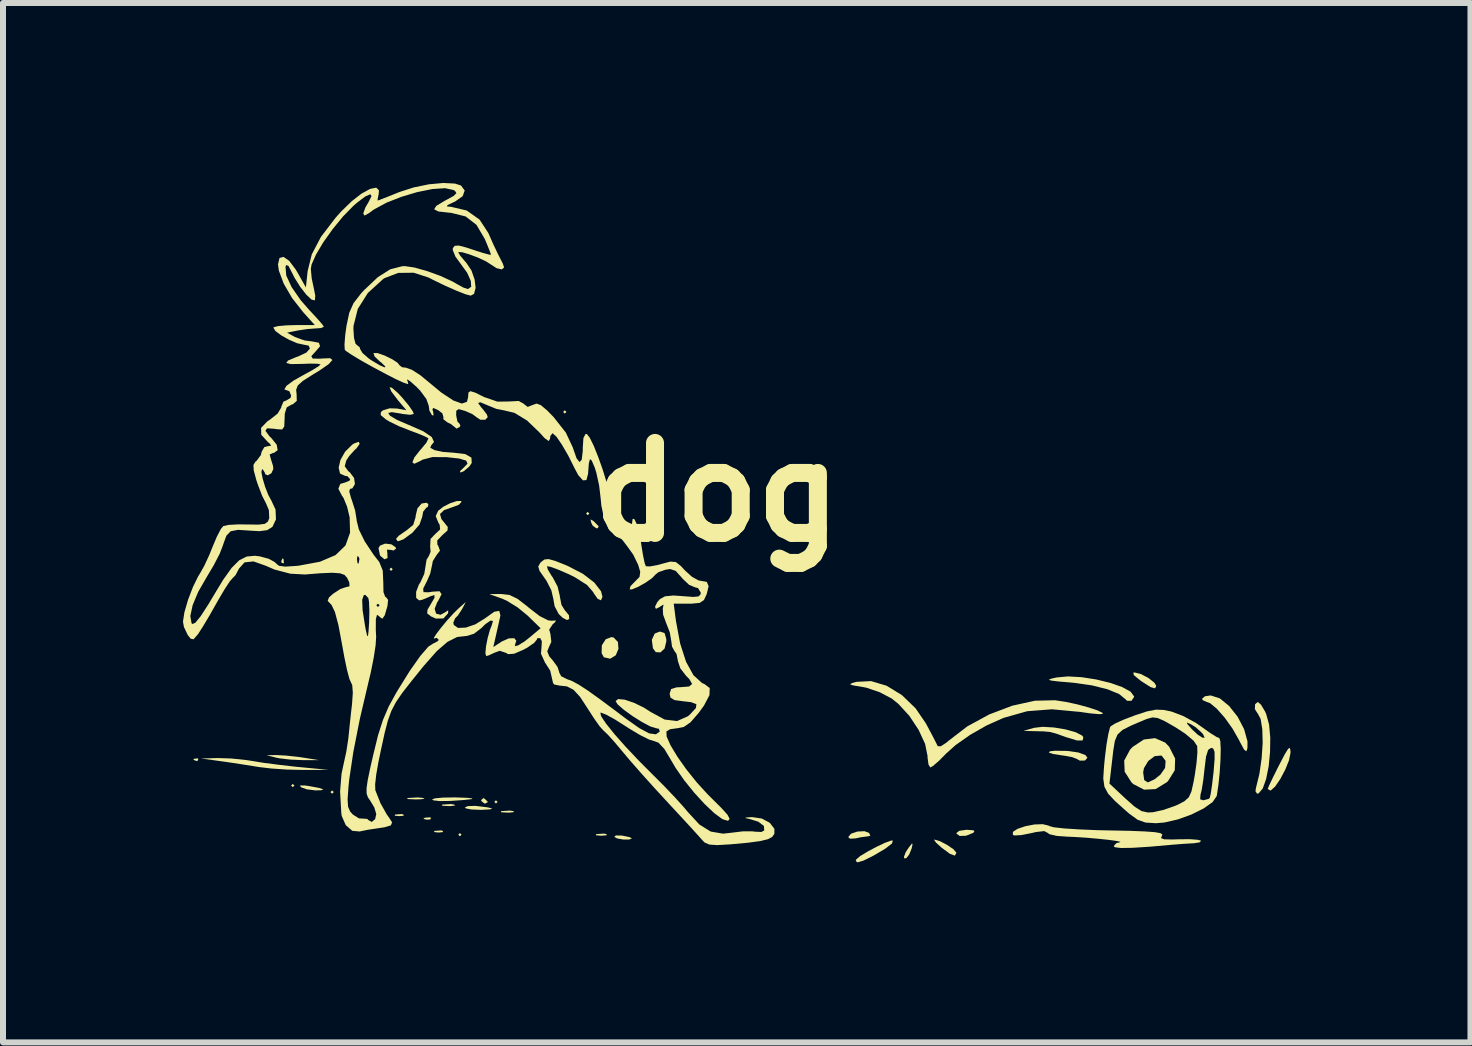
<source format=kicad_pcb>
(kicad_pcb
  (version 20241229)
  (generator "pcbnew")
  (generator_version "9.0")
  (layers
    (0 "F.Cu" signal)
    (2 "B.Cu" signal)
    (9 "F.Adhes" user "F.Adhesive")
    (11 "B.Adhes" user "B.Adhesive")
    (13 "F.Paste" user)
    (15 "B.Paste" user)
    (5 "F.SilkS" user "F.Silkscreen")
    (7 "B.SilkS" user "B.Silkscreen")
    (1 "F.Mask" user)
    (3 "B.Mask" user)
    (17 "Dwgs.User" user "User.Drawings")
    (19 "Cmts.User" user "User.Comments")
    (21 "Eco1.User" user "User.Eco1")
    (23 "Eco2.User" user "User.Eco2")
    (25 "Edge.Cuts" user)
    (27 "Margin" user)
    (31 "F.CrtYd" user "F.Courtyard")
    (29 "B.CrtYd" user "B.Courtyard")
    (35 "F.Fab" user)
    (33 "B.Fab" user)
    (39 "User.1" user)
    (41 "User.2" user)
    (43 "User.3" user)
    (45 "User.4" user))
  (footprint "dog"
    (layer "F.Cu")
    (at 8.904 5.155)
    (property "Reference" "dog" (at 0 0 0) (layer "F.SilkS") (effects (font (size 1.5 1.5) (thickness 0.3))))
    (attr board_only exclude_from_pos_files exclude_from_bom)
    (fp_poly (pts (xy -7.046 4.889) (xy -7.074 4.916) (xy -7.101 4.889) (xy -7.074 4.862)) (stroke (width 0) (type solid)) (fill yes) (layer "F.SilkS"))
    (fp_poly (pts (xy -6.391 4.998) (xy -6.418 5.025) (xy -6.446 4.998) (xy -6.418 4.971)) (stroke (width 0) (type solid)) (fill yes) (layer "F.SilkS"))
    (fp_poly (pts (xy -5.408 1.284) (xy -5.435 1.311) (xy -5.462 1.284) (xy -5.435 1.256)) (stroke (width 0) (type solid)) (fill yes) (layer "F.SilkS"))
    (fp_poly (pts (xy -4.261 5.708) (xy -4.288 5.735) (xy -4.315 5.708) (xy -4.288 5.681)) (stroke (width 0) (type solid)) (fill yes) (layer "F.SilkS"))
    (fp_poly (pts (xy -3.66 5.162) (xy -3.687 5.189) (xy -3.714 5.162) (xy -3.687 5.135)) (stroke (width 0) (type solid)) (fill yes) (layer "F.SilkS"))
    (fp_poly (pts (xy -2.513 -1.338) (xy -2.54 -1.311) (xy -2.567 -1.338) (xy -2.54 -1.366)) (stroke (width 0) (type solid)) (fill yes) (layer "F.SilkS"))
    (fp_poly (pts (xy -2.13 0.355) (xy -2.158 0.382) (xy -2.185 0.355) (xy -2.158 0.328)) (stroke (width 0) (type solid)) (fill yes) (layer "F.SilkS"))
    (fp_poly (pts (xy -8.649 4.443) (xy -8.656 4.475) (xy -8.685 4.479) (xy -8.73 4.459) (xy -8.722 4.443) (xy -8.657 4.436)) (stroke (width 0) (type solid)) (fill yes) (layer "F.SilkS"))
    (fp_poly (pts (xy -7.229 1.111) (xy -7.222 1.176) (xy -7.229 1.184) (xy -7.261 1.176) (xy -7.265 1.147) (xy -7.245 1.102)) (stroke (width 0) (type solid)) (fill yes) (layer "F.SilkS"))
    (fp_poly (pts (xy -5.23 5.372) (xy -5.223 5.392) (xy -5.298 5.399) (xy -5.376 5.391) (xy -5.367 5.372) (xy -5.255 5.364)) (stroke (width 0) (type solid)) (fill yes) (layer "F.SilkS"))
    (fp_poly (pts (xy -4.767 5.429) (xy -4.783 5.454) (xy -4.839 5.458) (xy -4.897 5.445) (xy -4.872 5.425) (xy -4.786 5.419)) (stroke (width 0) (type solid)) (fill yes) (layer "F.SilkS"))
    (fp_poly (pts (xy -4.575 5.645) (xy -4.568 5.665) (xy -4.643 5.672) (xy -4.721 5.664) (xy -4.711 5.645) (xy -4.599 5.637)) (stroke (width 0) (type solid)) (fill yes) (layer "F.SilkS"))
    (fp_poly (pts (xy -4.902 5.096) (xy -4.877 5.11) (xy -4.945 5.118) (xy -5.025 5.12) (xy -5.144 5.115) (xy -5.176 5.105) (xy -5.148 5.096) (xy -4.989 5.087)) (stroke (width 0) (type solid)) (fill yes) (layer "F.SilkS"))
    (fp_poly (pts (xy -4.384 5.206) (xy -4.367 5.222) (xy -4.442 5.231) (xy -4.479 5.231) (xy -4.579 5.226) (xy -4.59 5.211) (xy -4.575 5.206) (xy -4.436 5.198)) (stroke (width 0) (type solid)) (fill yes) (layer "F.SilkS"))
    (fp_poly (pts (xy -3.878 5.107) (xy -3.826 5.156) (xy -3.824 5.165) (xy -3.866 5.189) (xy -3.878 5.189) (xy -3.931 5.147) (xy -3.933 5.131) (xy -3.899 5.099)) (stroke (width 0) (type solid)) (fill yes) (layer "F.SilkS"))
    (fp_poly (pts (xy -3.4 5.315) (xy -3.383 5.331) (xy -3.459 5.34) (xy -3.496 5.34) (xy -3.595 5.335) (xy -3.607 5.321) (xy -3.592 5.315) (xy -3.453 5.307)) (stroke (width 0) (type solid)) (fill yes) (layer "F.SilkS"))
    (fp_poly (pts (xy -2.066 0.477) (xy -2.05 0.491) (xy -1.974 0.568) (xy -1.991 0.599) (xy -2.015 0.601) (xy -2.074 0.557) (xy -2.098 0.511) (xy -2.112 0.452)) (stroke (width 0) (type solid)) (fill yes) (layer "F.SilkS"))
    (fp_poly (pts (xy -1.843 5.7) (xy -1.841 5.718) (xy -1.926 5.725) (xy -1.939 5.725) (xy -2.024 5.717) (xy -2.016 5.7) (xy -2.006 5.698) (xy -1.887 5.69)) (stroke (width 0) (type solid)) (fill yes) (layer "F.SilkS"))
    (fp_poly (pts (xy -6.872 4.888) (xy -6.801 4.898) (xy -6.634 4.929) (xy -6.565 4.952) (xy -6.598 4.967) (xy -6.696 4.97) (xy -6.842 4.952) (xy -6.937 4.917) (xy -6.955 4.888)) (stroke (width 0) (type solid)) (fill yes) (layer "F.SilkS"))
    (fp_poly (pts (xy 3.256 5.875) (xy 3.241 5.941) (xy 3.201 6.039) (xy 3.152 6.101) (xy 3.118 6.102) (xy 3.114 6.077) (xy 3.143 6) (xy 3.193 5.923) (xy 3.25 5.852)) (stroke (width 0) (type solid)) (fill yes) (layer "F.SilkS"))
    (fp_poly (pts (xy -7.193 4.389) (xy -6.995 4.41) (xy -6.91 4.422) (xy -6.637 4.465) (xy -6.91 4.465) (xy -7.109 4.457) (xy -7.291 4.436) (xy -7.347 4.425) (xy -7.511 4.383) (xy -7.347 4.381)) (stroke (width 0) (type solid)) (fill yes) (layer "F.SilkS"))
    (fp_poly (pts (xy -1.725 2.422) (xy -1.654 2.496) (xy -1.645 2.61) (xy -1.69 2.718) (xy -1.782 2.775) (xy -1.889 2.751) (xy -1.926 2.682) (xy -1.922 2.552) (xy -1.858 2.451) (xy -1.761 2.414)) (stroke (width 0) (type solid)) (fill yes) (layer "F.SilkS"))
    (fp_poly (pts (xy -1.588 5.723) (xy -1.581 5.724) (xy -1.468 5.747) (xy -1.42 5.769) (xy -1.42 5.769) (xy -1.465 5.789) (xy -1.564 5.789) (xy -1.665 5.771) (xy -1.715 5.745) (xy -1.689 5.721)) (stroke (width 0) (type solid)) (fill yes) (layer "F.SilkS"))
    (fp_poly (pts (xy -0.876 2.348) (xy -0.848 2.445) (xy -0.847 2.485) (xy -0.876 2.605) (xy -0.946 2.67) (xy -1.023 2.665) (xy -1.07 2.602) (xy -1.089 2.459) (xy -1.04 2.355) (xy -0.955 2.322)) (stroke (width 0) (type solid)) (fill yes) (layer "F.SilkS"))
    (fp_poly (pts (xy 2.532 5.678) (xy 2.554 5.727) (xy 2.51 5.736) (xy 2.394 5.751) (xy 2.308 5.77) (xy 2.214 5.775) (xy 2.185 5.748) (xy 2.231 5.692) (xy 2.338 5.656) (xy 2.455 5.65)) (stroke (width 0) (type solid)) (fill yes) (layer "F.SilkS"))
    (fp_poly (pts (xy 4.275 5.635) (xy 4.287 5.66) (xy 4.261 5.681) (xy 4.148 5.726) (xy 4.042 5.729) (xy 3.989 5.69) (xy 3.988 5.681) (xy 4.035 5.644) (xy 4.152 5.627) (xy 4.165 5.627)) (stroke (width 0) (type solid)) (fill yes) (layer "F.SilkS"))
    (fp_poly (pts (xy -4.001 5.231) (xy -3.823 5.253) (xy -3.749 5.272) (xy -3.782 5.286) (xy -3.922 5.294) (xy -3.947 5.294) (xy -4.098 5.288) (xy -4.191 5.269) (xy -4.206 5.255) (xy -4.158 5.232) (xy -4.039 5.228)) (stroke (width 0) (type solid)) (fill yes) (layer "F.SilkS"))
    (fp_poly (pts (xy 3.713 5.816) (xy 3.832 5.878) (xy 3.938 5.95) (xy 3.987 6.007) (xy 3.988 6.01) (xy 3.963 6.057) (xy 3.883 6.029) (xy 3.742 5.925) (xy 3.649 5.841) (xy 3.616 5.794) (xy 3.622 5.79)) (stroke (width 0) (type solid)) (fill yes) (layer "F.SilkS"))
    (fp_poly (pts (xy 7.067 3.032) (xy 7.191 3.098) (xy 7.288 3.175) (xy 7.32 3.229) (xy 7.298 3.269) (xy 7.225 3.248) (xy 7.086 3.16) (xy 7.052 3.136) (xy 6.946 3.049) (xy 6.937 3.008) (xy 6.958 3.004)) (stroke (width 0) (type solid)) (fill yes) (layer "F.SilkS"))
    (fp_poly (pts (xy -4.356 5.087) (xy -4.162 5.094) (xy -4.077 5.104) (xy -4.097 5.116) (xy -4.223 5.13) (xy -4.454 5.146) (xy -4.466 5.146) (xy -4.626 5.148) (xy -4.73 5.136) (xy -4.752 5.121) (xy -4.702 5.102) (xy -4.57 5.09) (xy -4.383 5.087)) (stroke (width 0) (type solid)) (fill yes) (layer "F.SilkS"))
    (fp_poly (pts (xy 2.913 5.856) (xy 2.8 5.943) (xy 2.607 6.057) (xy 2.438 6.141) (xy 2.335 6.17) (xy 2.31 6.142) (xy 2.322 6.117) (xy 2.385 6.064) (xy 2.507 5.99) (xy 2.655 5.911) (xy 2.796 5.844) (xy 2.898 5.807) (xy 2.929 5.806)) (stroke (width 0) (type solid)) (fill yes) (layer "F.SilkS"))
    (fp_poly (pts (xy -5.428 0.869) (xy -5.359 0.918) (xy -5.353 0.941) (xy -5.394 0.971) (xy -5.441 0.961) (xy -5.504 0.957) (xy -5.498 1.008) (xy -5.494 1.097) (xy -5.545 1.118) (xy -5.614 1.061) (xy -5.621 1.048) (xy -5.645 0.932) (xy -5.619 0.889) (xy -5.533 0.856)) (stroke (width 0) (type solid)) (fill yes) (layer "F.SilkS"))
    (fp_poly (pts (xy 5.842 4.312) (xy 6.021 4.338) (xy 6.139 4.381) (xy 6.172 4.426) (xy 6.131 4.472) (xy 6.046 4.474) (xy 5.992 4.444) (xy 5.92 4.416) (xy 5.785 4.391) (xy 5.753 4.387) (xy 5.598 4.363) (xy 5.527 4.338) (xy 5.549 4.318) (xy 5.631 4.309)) (stroke (width 0) (type solid)) (fill yes) (layer "F.SilkS"))
    (fp_poly (pts (xy 5.613 3.921) (xy 5.807 3.953) (xy 5.975 4) (xy 6.084 4.056) (xy 6.104 4.083) (xy 6.093 4.137) (xy 5.999 4.138) (xy 5.818 4.083) (xy 5.79 4.073) (xy 5.646 4.022) (xy 5.548 3.996) (xy 5.44 3.986) (xy 5.312 3.983) (xy 5.107 3.978) (xy 5.282 3.927) (xy 5.427 3.91)) (stroke (width 0) (type solid)) (fill yes) (layer "F.SilkS"))
    (fp_poly (pts (xy 9.557 4.316) (xy 9.557 4.345) (xy 9.533 4.466) (xy 9.471 4.621) (xy 9.388 4.778) (xy 9.302 4.905) (xy 9.23 4.969) (xy 9.219 4.971) (xy 9.177 4.947) (xy 9.177 4.946) (xy 9.2 4.889) (xy 9.261 4.761) (xy 9.348 4.586) (xy 9.366 4.55) (xy 9.461 4.369) (xy 9.518 4.276) (xy 9.547 4.262)) (stroke (width 0) (type solid)) (fill yes) (layer "F.SilkS"))
    (fp_poly (pts (xy -8.1 4.438) (xy -7.85 4.464) (xy -7.753 4.479) (xy -7.556 4.511) (xy -7.298 4.544) (xy -7.028 4.575) (xy -6.965 4.581) (xy -6.473 4.628) (xy -6.91 4.629) (xy -7.169 4.623) (xy -7.432 4.605) (xy -7.643 4.58) (xy -7.647 4.579) (xy -7.883 4.541) (xy -8.147 4.501) (xy -8.275 4.483) (xy -8.603 4.438) (xy -8.326 4.431)) (stroke (width 0) (type solid)) (fill yes) (layer "F.SilkS"))
    (fp_poly (pts (xy 8.379 3.436) (xy 8.535 3.564) (xy 8.677 3.744) (xy 8.784 3.95) (xy 8.84 4.153) (xy 8.839 4.267) (xy 8.821 4.319) (xy 8.784 4.291) (xy 8.72 4.173) (xy 8.702 4.137) (xy 8.593 3.944) (xy 8.462 3.76) (xy 8.329 3.609) (xy 8.215 3.515) (xy 8.161 3.496) (xy 8.092 3.465) (xy 8.084 3.441) (xy 8.131 3.401) (xy 8.227 3.387)) (stroke (width 0) (type solid)) (fill yes) (layer "F.SilkS"))
    (fp_poly (pts (xy -4.813 0.197) (xy -4.822 0.244) (xy -4.848 0.258) (xy -4.901 0.325) (xy -4.916 0.409) (xy -4.96 0.536) (xy -5.075 0.67) (xy -5.084 0.678) (xy -5.231 0.786) (xy -5.324 0.818) (xy -5.353 0.778) (xy -5.31 0.727) (xy -5.205 0.654) (xy -5.189 0.644) (xy -5.066 0.545) (xy -5.026 0.414) (xy -5.025 0.391) (xy -4.996 0.269) (xy -4.926 0.188) (xy -4.845 0.175)) (stroke (width 0) (type solid)) (fill yes) (layer "F.SilkS"))
    (fp_poly (pts (xy 6.077 3.083) (xy 6.32 3.121) (xy 6.553 3.178) (xy 6.751 3.247) (xy 6.891 3.324) (xy 6.949 3.402) (xy 6.949 3.413) (xy 6.906 3.477) (xy 6.832 3.476) (xy 6.807 3.451) (xy 6.701 3.364) (xy 6.508 3.285) (xy 6.25 3.22) (xy 5.948 3.177) (xy 5.908 3.173) (xy 5.687 3.154) (xy 5.565 3.139) (xy 5.529 3.124) (xy 5.571 3.107) (xy 5.654 3.088) (xy 5.847 3.07)) (stroke (width 0) (type solid)) (fill yes) (layer "F.SilkS"))
    (fp_poly (pts (xy 9.065 3.541) (xy 9.133 3.655) (xy 9.153 3.701) (xy 9.2 3.873) (xy 9.22 4.092) (xy 9.216 4.332) (xy 9.193 4.569) (xy 9.151 4.779) (xy 9.095 4.937) (xy 9.026 5.019) (xy 9 5.025) (xy 8.973 4.983) (xy 8.981 4.93) (xy 9.039 4.693) (xy 9.076 4.434) (xy 9.093 4.178) (xy 9.087 3.951) (xy 9.059 3.778) (xy 9.009 3.685) (xy 9.006 3.683) (xy 8.963 3.615) (xy 8.967 3.533) (xy 9.012 3.496)) (stroke (width 0) (type solid)) (fill yes) (layer "F.SilkS"))
    (fp_poly (pts (xy 7.468 4.173) (xy 7.534 4.241) (xy 7.634 4.439) (xy 7.628 4.635) (xy 7.516 4.814) (xy 7.498 4.832) (xy 7.309 4.948) (xy 7.117 4.958) (xy 6.936 4.864) (xy 6.907 4.837) (xy 6.8 4.67) (xy 7.101 4.67) (xy 7.119 4.799) (xy 7.18 4.837) (xy 7.291 4.785) (xy 7.388 4.708) (xy 7.467 4.595) (xy 7.475 4.477) (xy 7.412 4.394) (xy 7.399 4.389) (xy 7.293 4.399) (xy 7.186 4.48) (xy 7.114 4.599) (xy 7.101 4.67) (xy 6.8 4.67) (xy 6.793 4.66) (xy 6.785 4.473) (xy 6.883 4.29) (xy 6.927 4.244) (xy 7.112 4.122) (xy 7.299 4.099)) (stroke (width 0) (type solid)) (fill yes) (layer "F.SilkS"))
    (fp_poly (pts (xy -2.699 1.145) (xy -2.52 1.216) (xy -2.486 1.231) (xy -2.237 1.36) (xy -2.048 1.505) (xy -1.935 1.651) (xy -1.912 1.743) (xy -1.936 1.801) (xy -1.992 1.777) (xy -2.058 1.682) (xy -2.066 1.665) (xy -2.169 1.546) (xy -2.368 1.419) (xy -2.47 1.368) (xy -2.644 1.292) (xy -2.774 1.244) (xy -2.835 1.233) (xy -2.836 1.234) (xy -2.823 1.288) (xy -2.76 1.393) (xy -2.741 1.419) (xy -2.659 1.573) (xy -2.622 1.73) (xy -2.622 1.739) (xy -2.595 1.878) (xy -2.54 1.966) (xy -2.47 2.051) (xy -2.466 2.115) (xy -2.504 2.13) (xy -2.573 2.094) (xy -2.641 2.03) (xy -2.709 1.901) (xy -2.731 1.776) (xy -2.764 1.634) (xy -2.846 1.474) (xy -2.874 1.434) (xy -2.96 1.312) (xy -2.982 1.238) (xy -2.948 1.177) (xy -2.933 1.162) (xy -2.879 1.121) (xy -2.81 1.114)) (stroke (width 0) (type solid)) (fill yes) (layer "F.SilkS"))
    (fp_poly (pts (xy 2.824 3.225) (xy 3.079 3.381) (xy 3.308 3.602) (xy 3.48 3.854) (xy 3.572 4.027) (xy 3.643 4.164) (xy 3.677 4.233) (xy 3.726 4.235) (xy 3.821 4.174) (xy 3.857 4.143) (xy 4.171 3.902) (xy 4.535 3.704) (xy 4.92 3.558) (xy 5.297 3.475) (xy 5.636 3.467) (xy 5.638 3.468) (xy 5.814 3.495) (xy 6.008 3.537) (xy 6.191 3.587) (xy 6.337 3.635) (xy 6.421 3.676) (xy 6.429 3.695) (xy 6.367 3.699) (xy 6.228 3.687) (xy 6.044 3.661) (xy 5.581 3.618) (xy 5.168 3.65) (xy 4.771 3.762) (xy 4.494 3.886) (xy 4.217 4.044) (xy 3.974 4.215) (xy 3.822 4.351) (xy 3.696 4.478) (xy 3.596 4.564) (xy 3.553 4.588) (xy 3.523 4.54) (xy 3.507 4.422) (xy 3.507 4.395) (xy 3.466 4.194) (xy 3.358 3.961) (xy 3.204 3.728) (xy 3.022 3.529) (xy 2.912 3.44) (xy 2.713 3.335) (xy 2.49 3.259) (xy 2.42 3.245) (xy 2.268 3.22) (xy 2.215 3.202) (xy 2.248 3.181) (xy 2.32 3.161) (xy 2.564 3.148)) (stroke (width 0) (type solid)) (fill yes) (layer "F.SilkS"))
    (fp_poly (pts (xy 5.524 5.556) (xy 5.535 5.564) (xy 5.613 5.585) (xy 5.784 5.604) (xy 6.032 5.62) (xy 6.34 5.633) (xy 6.538 5.637) (xy 6.883 5.644) (xy 7.131 5.654) (xy 7.295 5.666) (xy 7.387 5.682) (xy 7.421 5.704) (xy 7.413 5.726) (xy 7.399 5.765) (xy 7.45 5.785) (xy 7.584 5.788) (xy 7.691 5.785) (xy 7.874 5.783) (xy 8.011 5.793) (xy 8.066 5.808) (xy 8.046 5.835) (xy 7.948 5.851) (xy 7.943 5.851) (xy 7.771 5.861) (xy 7.593 5.875) (xy 7.207 5.909) (xy 6.922 5.927) (xy 6.733 5.93) (xy 6.632 5.918) (xy 6.609 5.899) (xy 6.655 5.849) (xy 6.705 5.837) (xy 6.723 5.827) (xy 6.655 5.812) (xy 6.523 5.794) (xy 6.35 5.776) (xy 6.159 5.759) (xy 5.972 5.747) (xy 5.836 5.741) (xy 5.664 5.729) (xy 5.543 5.702) (xy 5.507 5.677) (xy 5.452 5.648) (xy 5.315 5.664) (xy 5.227 5.684) (xy 5.069 5.715) (xy 4.957 5.721) (xy 4.929 5.712) (xy 4.93 5.661) (xy 5.009 5.61) (xy 5.138 5.567) (xy 5.287 5.538) (xy 5.426 5.533)) (stroke (width 0) (type solid)) (fill yes) (layer "F.SilkS"))
    (fp_poly (pts (xy -5.423 -1.743) (xy -5.322 -1.655) (xy -5.25 -1.577) (xy -5.139 -1.444) (xy -5.07 -1.343) (xy -5.058 -1.303) (xy -5.12 -1.291) (xy -5.244 -1.305) (xy -5.271 -1.311) (xy -5.424 -1.335) (xy -5.483 -1.321) (xy -5.454 -1.276) (xy -5.341 -1.208) (xy -5.149 -1.125) (xy -5.14 -1.122) (xy -4.897 -1.015) (xy -4.757 -0.92) (xy -4.72 -0.838) (xy -4.765 -0.784) (xy -4.782 -0.741) (xy -4.71 -0.702) (xy -4.57 -0.672) (xy -4.394 -0.659) (xy -4.199 -0.636) (xy -4.096 -0.577) (xy -4.091 -0.488) (xy -4.133 -0.427) (xy -4.224 -0.35) (xy -4.28 -0.328) (xy -4.286 -0.353) (xy -4.23 -0.405) (xy -4.161 -0.476) (xy -4.183 -0.527) (xy -4.301 -0.562) (xy -4.51 -0.585) (xy -4.745 -0.586) (xy -4.907 -0.544) (xy -4.948 -0.521) (xy -5.048 -0.474) (xy -5.08 -0.499) (xy -5.047 -0.58) (xy -4.95 -0.703) (xy -4.934 -0.72) (xy -4.848 -0.824) (xy -4.814 -0.893) (xy -4.817 -0.902) (xy -4.881 -0.935) (xy -5.014 -0.989) (xy -5.119 -1.028) (xy -5.305 -1.101) (xy -5.466 -1.18) (xy -5.523 -1.215) (xy -5.608 -1.286) (xy -5.606 -1.335) (xy -5.572 -1.365) (xy -5.46 -1.399) (xy -5.335 -1.395) (xy -5.18 -1.367) (xy -5.321 -1.534) (xy -5.43 -1.678) (xy -5.461 -1.749)) (stroke (width 0) (type solid)) (fill yes) (layer "F.SilkS"))
    (fp_poly (pts (xy -4.261 0.161) (xy -4.306 0.209) (xy -4.384 0.239) (xy -4.552 0.298) (xy -4.62 0.363) (xy -4.596 0.448) (xy -4.559 0.493) (xy -4.49 0.58) (xy -4.495 0.638) (xy -4.581 0.715) (xy -4.582 0.716) (xy -4.666 0.804) (xy -4.663 0.874) (xy -4.649 0.894) (xy -4.62 0.974) (xy -4.67 1.037) (xy -4.739 1.146) (xy -4.754 1.222) (xy -4.783 1.357) (xy -4.834 1.475) (xy -4.9 1.606) (xy -4.895 1.665) (xy -4.811 1.668) (xy -4.752 1.658) (xy -4.628 1.65) (xy -4.594 1.699) (xy -4.649 1.81) (xy -4.666 1.833) (xy -4.709 1.943) (xy -4.685 2.023) (xy -4.612 2.043) (xy -4.545 2.008) (xy -4.484 1.968) (xy -4.484 2.008) (xy -4.488 2.021) (xy -4.563 2.104) (xy -4.689 2.106) (xy -4.769 2.07) (xy -4.834 2.019) (xy -4.827 1.956) (xy -4.783 1.882) (xy -4.712 1.76) (xy -4.712 1.713) (xy -4.785 1.736) (xy -4.803 1.746) (xy -4.914 1.792) (xy -4.967 1.803) (xy -5.017 1.761) (xy -5.018 1.661) (xy -4.972 1.54) (xy -4.945 1.499) (xy -4.882 1.361) (xy -4.863 1.246) (xy -4.844 1.125) (xy -4.807 1.065) (xy -4.776 0.992) (xy -4.784 0.904) (xy -4.777 0.778) (xy -4.698 0.695) (xy -4.618 0.621) (xy -4.625 0.544) (xy -4.649 0.502) (xy -4.691 0.398) (xy -4.652 0.311) (xy -4.65 0.309) (xy -4.567 0.243) (xy -4.452 0.184) (xy -4.34 0.147) (xy -4.269 0.146)) (stroke (width 0) (type solid)) (fill yes) (layer "F.SilkS"))
    (fp_poly (pts (xy 7.446 3.629) (xy 7.573 3.656) (xy 7.766 3.729) (xy 7.976 3.842) (xy 8.071 3.908) (xy 8.215 4.011) (xy 8.326 4.08) (xy 8.37 4.097) (xy 8.387 4.146) (xy 8.394 4.277) (xy 8.39 4.46) (xy 8.377 4.669) (xy 8.356 4.874) (xy 8.33 5.05) (xy 8.326 5.066) (xy 8.258 5.165) (xy 8.109 5.271) (xy 7.908 5.371) (xy 7.681 5.453) (xy 7.456 5.505) (xy 7.312 5.517) (xy 7.14 5.506) (xy 7.008 5.459) (xy 6.868 5.357) (xy 6.816 5.312) (xy 6.632 5.147) (xy 6.516 5.023) (xy 6.455 4.908) (xy 6.448 4.856) (xy 6.539 4.856) (xy 6.806 5.106) (xy 6.961 5.243) (xy 7.075 5.315) (xy 7.179 5.338) (xy 7.265 5.334) (xy 7.441 5.295) (xy 7.635 5.227) (xy 7.675 5.21) (xy 7.79 5.15) (xy 7.825 5.118) (xy 8.051 5.118) (xy 8.103 5.135) (xy 8.192 5.112) (xy 8.211 5.094) (xy 8.228 5.023) (xy 8.25 4.873) (xy 8.273 4.677) (xy 8.275 4.657) (xy 8.292 4.448) (xy 8.291 4.327) (xy 8.269 4.272) (xy 8.234 4.261) (xy 8.184 4.295) (xy 8.149 4.407) (xy 8.125 4.602) (xy 8.103 4.799) (xy 8.077 4.961) (xy 8.057 5.039) (xy 8.051 5.118) (xy 7.825 5.118) (xy 7.861 5.086) (xy 7.906 4.987) (xy 7.942 4.824) (xy 7.96 4.725) (xy 7.99 4.517) (xy 8.005 4.34) (xy 8.002 4.231) (xy 8.002 4.231) (xy 7.942 4.142) (xy 7.803 4.025) (xy 7.641 3.919) (xy 7.5 3.838) (xy 7.831 3.838) (xy 7.836 3.861) (xy 7.913 3.95) (xy 7.916 3.953) (xy 8.012 4.042) (xy 8.089 4.091) (xy 8.126 4.092) (xy 8.101 4.037) (xy 8.082 4.012) (xy 7.975 3.916) (xy 7.898 3.868) (xy 7.831 3.838) (xy 7.5 3.838) (xy 7.463 3.817) (xy 7.345 3.764) (xy 7.257 3.753) (xy 7.166 3.778) (xy 7.117 3.797) (xy 6.897 3.891) (xy 6.755 3.963) (xy 6.673 4.04) (xy 6.629 4.146) (xy 6.603 4.305) (xy 6.588 4.436) (xy 6.539 4.856) (xy 6.448 4.856) (xy 6.436 4.772) (xy 6.448 4.581) (xy 6.462 4.433) (xy 6.489 4.212) (xy 6.52 4.032) (xy 6.548 3.921) (xy 6.558 3.903) (xy 6.63 3.857) (xy 6.775 3.791) (xy 6.962 3.72) (xy 6.963 3.719) (xy 7.168 3.652) (xy 7.315 3.624)) (stroke (width 0) (type solid)) (fill yes) (layer "F.SilkS"))
    (fp_poly (pts (xy -4.37 -5.145) (xy -4.27 -5.113) (xy -4.208 -5.03) (xy -4.242 -4.935) (xy -4.366 -4.847) (xy -4.384 -4.839) (xy -4.492 -4.788) (xy -4.506 -4.764) (xy -4.433 -4.757) (xy -4.174 -4.696) (xy -3.96 -4.544) (xy -3.813 -4.319) (xy -3.733 -4.137) (xy -3.655 -3.973) (xy -3.63 -3.924) (xy -3.573 -3.812) (xy -3.551 -3.747) (xy -3.589 -3.714) (xy -3.677 -3.735) (xy -3.765 -3.792) (xy -3.852 -3.848) (xy -3.984 -3.91) (xy -4.127 -3.964) (xy -4.247 -4) (xy -4.312 -4.004) (xy -4.315 -3.998) (xy -4.281 -3.941) (xy -4.198 -3.843) (xy -4.183 -3.827) (xy -4.096 -3.698) (xy -4.043 -3.547) (xy -4.026 -3.407) (xy -4.052 -3.307) (xy -4.107 -3.277) (xy -4.195 -3.3) (xy -4.349 -3.361) (xy -4.541 -3.446) (xy -4.739 -3.542) (xy -4.811 -3.579) (xy -5.058 -3.659) (xy -5.316 -3.656) (xy -5.544 -3.569) (xy -5.567 -3.554) (xy -5.822 -3.322) (xy -5.99 -3.056) (xy -6.061 -2.774) (xy -6.063 -2.723) (xy -6.053 -2.57) (xy -6.027 -2.474) (xy -6.009 -2.458) (xy -5.957 -2.415) (xy -5.953 -2.39) (xy -5.911 -2.32) (xy -5.805 -2.228) (xy -5.763 -2.199) (xy -5.623 -2.116) (xy -5.542 -2.081) (xy -5.53 -2.096) (xy -5.599 -2.162) (xy -5.625 -2.182) (xy -5.71 -2.263) (xy -5.729 -2.318) (xy -5.728 -2.32) (xy -5.662 -2.32) (xy -5.546 -2.28) (xy -5.42 -2.219) (xy -5.325 -2.157) (xy -5.298 -2.12) (xy -5.253 -2.084) (xy -5.188 -2.076) (xy -5.088 -2.041) (xy -4.948 -1.951) (xy -4.847 -1.868) (xy -4.597 -1.661) (xy -4.398 -1.53) (xy -4.255 -1.478) (xy -4.171 -1.507) (xy -4.151 -1.584) (xy -4.146 -1.661) (xy -4.113 -1.685) (xy -4.029 -1.659) (xy -3.883 -1.586) (xy -3.661 -1.51) (xy -3.47 -1.513) (xy -3.308 -1.521) (xy -3.223 -1.475) (xy -3.219 -1.469) (xy -3.158 -1.422) (xy -3.074 -1.455) (xy -3.01 -1.478) (xy -2.938 -1.451) (xy -2.833 -1.363) (xy -2.725 -1.252) (xy -2.522 -0.994) (xy -2.405 -0.744) (xy -2.404 -0.739) (xy -2.344 -0.567) (xy -2.294 -0.502) (xy -2.257 -0.543) (xy -2.24 -0.691) (xy -2.24 -0.742) (xy -2.229 -0.904) (xy -2.195 -0.97) (xy -2.171 -0.97) (xy -2.124 -0.91) (xy -2.057 -0.774) (xy -1.983 -0.589) (xy -1.91 -0.384) (xy -1.849 -0.187) (xy -1.811 -0.027) (xy -1.804 0.041) (xy -1.782 0.137) (xy -1.748 0.164) (xy -1.7 0.208) (xy -1.693 0.251) (xy -1.672 0.363) (xy -1.619 0.494) (xy -1.553 0.61) (xy -1.493 0.677) (xy -1.469 0.679) (xy -1.429 0.606) (xy -1.42 0.532) (xy -1.409 0.444) (xy -1.381 0.447) (xy -1.344 0.523) (xy -1.304 0.658) (xy -1.27 0.835) (xy -1.266 0.862) (xy -1.237 1.044) (xy -1.209 1.179) (xy -1.189 1.233) (xy -1.122 1.237) (xy -0.991 1.213) (xy -0.927 1.195) (xy -0.78 1.156) (xy -0.688 1.164) (xy -0.603 1.231) (xy -0.54 1.3) (xy -0.42 1.409) (xy -0.31 1.47) (xy -0.283 1.475) (xy -0.173 1.494) (xy -0.142 1.566) (xy -0.174 1.698) (xy -0.22 1.797) (xy -0.29 1.844) (xy -0.423 1.857) (xy -0.477 1.857) (xy -0.724 1.857) (xy -0.687 2.144) (xy -0.617 2.521) (xy -0.518 2.827) (xy -0.395 3.05) (xy -0.252 3.18) (xy -0.209 3.199) (xy -0.124 3.264) (xy -0.128 3.382) (xy -0.22 3.557) (xy -0.308 3.678) (xy -0.444 3.835) (xy -0.557 3.913) (xy -0.66 3.933) (xy -0.783 3.95) (xy -0.846 3.987) (xy -0.842 4.073) (xy -0.776 4.22) (xy -0.662 4.409) (xy -0.513 4.62) (xy -0.341 4.835) (xy -0.16 5.033) (xy -0.104 5.089) (xy 0.072 5.264) (xy 0.174 5.378) (xy 0.208 5.445) (xy 0.184 5.475) (xy 0.179 5.477) (xy 0.088 5.449) (xy -0.047 5.35) (xy -0.21 5.196) (xy -0.383 5.007) (xy -0.55 4.8) (xy -0.693 4.594) (xy -0.76 4.48) (xy -0.88 4.279) (xy -0.979 4.174) (xy -1.042 4.151) (xy -1.135 4.122) (xy -1.289 4.045) (xy -1.474 3.934) (xy -1.531 3.897) (xy -1.708 3.785) (xy -1.851 3.707) (xy -1.935 3.674) (xy -1.947 3.676) (xy -1.933 3.736) (xy -1.851 3.858) (xy -1.713 4.03) (xy -1.528 4.239) (xy -1.308 4.472) (xy -1.083 4.698) (xy -0.887 4.894) (xy -0.702 5.088) (xy -0.553 5.253) (xy -0.492 5.326) (xy -0.297 5.538) (xy -0.108 5.656) (xy 0.098 5.691) (xy 0.252 5.674) (xy 0.432 5.652) (xy 0.587 5.652) (xy 0.628 5.658) (xy 0.737 5.663) (xy 0.785 5.637) (xy 0.779 5.562) (xy 0.687 5.492) (xy 0.546 5.448) (xy 0.467 5.43) (xy 0.487 5.421) (xy 0.581 5.415) (xy 0.745 5.439) (xy 0.878 5.511) (xy 0.954 5.61) (xy 0.954 5.694) (xy 0.918 5.745) (xy 0.845 5.784) (xy 0.716 5.815) (xy 0.515 5.842) (xy 0.222 5.869) (xy 0.205 5.87) (xy -0.001 5.882) (xy -0.129 5.873) (xy -0.207 5.84) (xy -0.243 5.804) (xy -0.309 5.73) (xy -0.432 5.594) (xy -0.598 5.414) (xy -0.789 5.208) (xy -0.831 5.162) (xy -1.046 4.929) (xy -1.258 4.693) (xy -1.444 4.481) (xy -1.58 4.32) (xy -1.584 4.315) (xy -1.715 4.159) (xy -1.826 4.037) (xy -1.893 3.974) (xy -1.894 3.973) (xy -1.954 3.908) (xy -2.048 3.776) (xy -2.155 3.61) (xy -2.285 3.411) (xy -2.394 3.293) (xy -2.504 3.236) (xy -2.626 3.223) (xy -2.715 3.205) (xy -2.735 3.182) (xy -2.783 2.973) (xy -2.87 2.838) (xy -2.937 2.691) (xy -2.929 2.6) (xy -2.922 2.486) (xy -2.949 2.431) (xy -3 2.434) (xy -3.004 2.454) (xy -3.049 2.51) (xy -3.161 2.588) (xy -3.227 2.624) (xy -3.384 2.692) (xy -3.482 2.699) (xy -3.524 2.676) (xy -3.624 2.643) (xy -3.707 2.673) (xy -3.807 2.719) (xy -3.85 2.731) (xy -3.863 2.685) (xy -3.853 2.571) (xy -3.825 2.428) (xy -3.787 2.293) (xy -3.76 2.226) (xy -3.737 2.146) (xy -3.777 2.139) (xy -3.865 2.2) (xy -3.932 2.266) (xy -4.052 2.358) (xy -4.169 2.395) (xy -4.173 2.395) (xy -4.334 2.413) (xy -4.495 2.494) (xy -4.673 2.648) (xy -4.884 2.887) (xy -4.899 2.905) (xy -5.099 3.153) (xy -5.247 3.342) (xy -5.354 3.498) (xy -5.431 3.646) (xy -5.49 3.81) (xy -5.543 4.015) (xy -5.602 4.286) (xy -5.647 4.501) (xy -5.682 4.702) (xy -5.701 4.869) (xy -5.698 4.965) (xy -5.698 4.966) (xy -5.612 5.183) (xy -5.506 5.372) (xy -5.47 5.422) (xy -5.418 5.503) (xy -5.439 5.553) (xy -5.547 5.585) (xy -5.66 5.602) (xy -5.82 5.626) (xy -5.943 5.651) (xy -5.957 5.655) (xy -6.082 5.644) (xy -6.191 5.549) (xy -6.258 5.396) (xy -6.265 5.347) (xy -6.285 4.987) (xy -6.261 4.693) (xy -6.227 4.533) (xy -6.181 4.323) (xy -6.148 4.106) (xy -6.145 4.078) (xy -6.126 3.89) (xy -6.101 3.66) (xy -6.086 3.531) (xy -6.073 3.342) (xy -6.083 3.213) (xy -6.101 3.176) (xy -6.13 3.111) (xy -6.17 2.961) (xy -6.214 2.75) (xy -6.252 2.54) (xy -6.312 2.219) (xy -6.371 1.996) (xy -6.428 1.878) (xy -6.439 1.867) (xy -6.492 1.81) (xy -6.485 1.792) (xy -5.917 1.792) (xy -5.91 1.966) (xy -5.869 2.228) (xy -5.857 2.294) (xy -5.835 2.388) (xy -5.821 2.4) (xy -5.811 2.32) (xy -5.801 2.164) (xy -5.797 1.976) (xy -5.801 1.885) (xy -5.681 1.885) (xy -5.654 1.912) (xy -5.626 1.885) (xy -5.654 1.857) (xy -5.681 1.885) (xy -5.801 1.885) (xy -5.803 1.827) (xy -5.814 1.764) (xy -5.864 1.711) (xy -5.89 1.715) (xy -5.917 1.792) (xy -6.485 1.792) (xy -6.47 1.753) (xy -6.399 1.69) (xy -6.282 1.614) (xy -6.194 1.584) (xy -6.128 1.568) (xy -6.132 1.502) (xy -6.169 1.426) (xy -6.211 1.378) (xy -6.288 1.351) (xy -6.417 1.342) (xy -6.619 1.351) (xy -6.872 1.371) (xy -7.113 1.358) (xy -7.377 1.289) (xy -7.528 1.224) (xy -7.728 1.153) (xy -7.878 1.169) (xy -7.97 1.272) (xy -7.973 1.278) (xy -8.029 1.384) (xy -8.073 1.428) (xy -8.121 1.482) (xy -8.205 1.609) (xy -8.309 1.785) (xy -8.35 1.857) (xy -8.465 2.06) (xy -8.57 2.236) (xy -8.647 2.356) (xy -8.662 2.376) (xy -8.729 2.452) (xy -8.776 2.441) (xy -8.825 2.379) (xy -8.888 2.246) (xy -8.904 2.157) (xy -8.89 2.064) (xy -8.782 2.064) (xy -8.761 2.183) (xy -8.75 2.197) (xy -8.699 2.177) (xy -8.607 2.064) (xy -8.479 1.866) (xy -8.41 1.75) (xy -8.236 1.462) (xy -8.093 1.261) (xy -7.967 1.135) (xy -7.842 1.072) (xy -7.706 1.059) (xy -7.623 1.069) (xy -7.472 1.11) (xy -7.37 1.167) (xy -7.357 1.183) (xy -7.305 1.226) (xy -7.2 1.24) (xy -7.016 1.228) (xy -6.974 1.224) (xy -6.619 1.158) (xy -6.519 1.115) (xy -6.004 1.115) (xy -5.994 1.186) (xy -5.976 1.187) (xy -5.963 1.114) (xy -5.971 1.082) (xy -5.996 1.062) (xy -6.004 1.115) (xy -6.519 1.115) (xy -6.36 1.047) (xy -6.195 0.887) (xy -6.119 0.674) (xy -6.126 0.418) (xy -6.169 0.239) (xy -6.229 0.093) (xy -6.258 0.051) (xy -6.314 -0.058) (xy -6.282 -0.139) (xy -6.197 -0.164) (xy -6.126 -0.194) (xy -6.118 -0.218) (xy -6.162 -0.267) (xy -6.202 -0.273) (xy -6.286 -0.311) (xy -6.309 -0.409) (xy -6.279 -0.539) (xy -6.201 -0.676) (xy -6.084 -0.792) (xy -6.057 -0.811) (xy -5.974 -0.841) (xy -5.959 -0.806) (xy -6.013 -0.73) (xy -6.039 -0.708) (xy -6.136 -0.6) (xy -6.182 -0.529) (xy -6.208 -0.434) (xy -6.15 -0.353) (xy -6.122 -0.331) (xy -6.052 -0.238) (xy -6.038 -0.136) (xy -6.08 -0.065) (xy -6.121 -0.055) (xy -6.132 -0.011) (xy -6.102 0.098) (xy -6.088 0.135) (xy -6.034 0.305) (xy -6.009 0.463) (xy -6.009 0.473) (xy -5.972 0.621) (xy -5.874 0.82) (xy -5.727 1.041) (xy -5.632 1.163) (xy -5.574 1.306) (xy -5.565 1.505) (xy -5.562 1.665) (xy -5.533 1.743) (xy -5.52 1.748) (xy -5.485 1.794) (xy -5.496 1.898) (xy -5.541 2.052) (xy -5.581 2.109) (xy -5.626 2.077) (xy -5.632 2.068) (xy -5.67 2.042) (xy -5.689 2.118) (xy -5.69 2.298) (xy -5.684 2.411) (xy -5.693 2.55) (xy -5.725 2.76) (xy -5.774 3.006) (xy -5.808 3.148) (xy -5.955 3.774) (xy -6.064 4.327) (xy -6.134 4.797) (xy -6.146 4.918) (xy -6.16 5.119) (xy -6.152 5.243) (xy -6.117 5.323) (xy -6.07 5.374) (xy -5.971 5.436) (xy -5.907 5.44) (xy -5.833 5.445) (xy -5.817 5.462) (xy -5.757 5.496) (xy -5.701 5.449) (xy -5.682 5.364) (xy -5.715 5.254) (xy -5.781 5.144) (xy -5.821 5.086) (xy -5.843 5.023) (xy -5.844 4.935) (xy -5.825 4.801) (xy -5.783 4.598) (xy -5.733 4.38) (xy -5.653 4.053) (xy -5.571 3.797) (xy -5.475 3.572) (xy -5.348 3.341) (xy -5.331 3.312) (xy -5.122 2.976) (xy -4.948 2.729) (xy -4.813 2.573) (xy -4.719 2.513) (xy -4.711 2.513) (xy -4.648 2.476) (xy -4.643 2.455) (xy -4.678 2.426) (xy -4.711 2.439) (xy -4.724 2.431) (xy -4.681 2.362) (xy -4.601 2.257) (xy -4.5 2.135) (xy -4.395 2.02) (xy -4.313 1.939) (xy -4.19 1.83) (xy -4.253 1.95) (xy -4.322 2.055) (xy -4.368 2.102) (xy -4.398 2.173) (xy -4.39 2.212) (xy -4.319 2.262) (xy -4.189 2.256) (xy -4.031 2.202) (xy -3.874 2.105) (xy -3.86 2.095) (xy -3.715 1.992) (xy -3.632 1.977) (xy -3.613 2.05) (xy -3.62 2.089) (xy -3.652 2.231) (xy -3.689 2.396) (xy -3.731 2.581) (xy -3.588 2.487) (xy -3.473 2.436) (xy -3.382 2.433) (xy -3.347 2.476) (xy -3.362 2.516) (xy -3.373 2.566) (xy -3.317 2.553) (xy -3.21 2.487) (xy -3.122 2.417) (xy -2.943 2.267) (xy -3.157 2.058) (xy -3.324 1.921) (xy -3.505 1.809) (xy -3.584 1.774) (xy -3.796 1.698) (xy -3.599 1.696) (xy -3.462 1.712) (xy -3.327 1.777) (xy -3.16 1.906) (xy -3.139 1.925) (xy -2.959 2.064) (xy -2.817 2.135) (xy -2.762 2.142) (xy -2.685 2.138) (xy -2.707 2.172) (xy -2.74 2.199) (xy -2.799 2.289) (xy -2.779 2.363) (xy -2.764 2.494) (xy -2.796 2.563) (xy -2.832 2.652) (xy -2.798 2.736) (xy -2.74 2.803) (xy -2.66 2.913) (xy -2.632 3.001) (xy -2.633 3.004) (xy -2.599 3.068) (xy -2.504 3.115) (xy -2.416 3.148) (xy -2.304 3.209) (xy -2.155 3.306) (xy -1.955 3.449) (xy -1.69 3.646) (xy -1.529 3.768) (xy -1.298 3.932) (xy -1.132 4.02) (xy -1.02 4.035) (xy -0.956 3.988) (xy -0.971 3.943) (xy -1.02 3.933) (xy -1.114 3.904) (xy -1.253 3.83) (xy -1.411 3.731) (xy -1.556 3.626) (xy -1.66 3.535) (xy -1.693 3.482) (xy -1.651 3.447) (xy -1.54 3.458) (xy -1.388 3.509) (xy -1.221 3.59) (xy -1.111 3.661) (xy -0.875 3.789) (xy -0.668 3.814) (xy -0.488 3.734) (xy -0.454 3.705) (xy -0.354 3.597) (xy -0.346 3.533) (xy -0.435 3.499) (xy -0.56 3.485) (xy -0.71 3.465) (xy -0.778 3.423) (xy -0.792 3.359) (xy -0.768 3.281) (xy -0.676 3.252) (xy -0.619 3.25) (xy -0.467 3.238) (xy -0.417 3.196) (xy -0.464 3.114) (xy -0.519 3.059) (xy -0.614 2.935) (xy -0.655 2.812) (xy -0.655 2.807) (xy -0.677 2.695) (xy -0.71 2.649) (xy -0.752 2.574) (xy -0.765 2.479) (xy -0.79 2.334) (xy -0.851 2.177) (xy -0.901 2.04) (xy -0.906 1.932) (xy -0.904 1.926) (xy -0.892 1.872) (xy -0.94 1.899) (xy -0.955 1.911) (xy -1.021 1.944) (xy -1.036 1.909) (xy -0.998 1.832) (xy -0.956 1.783) (xy -0.87 1.735) (xy -0.729 1.721) (xy -0.574 1.732) (xy -0.399 1.745) (xy -0.308 1.736) (xy -0.275 1.698) (xy -0.273 1.674) (xy -0.318 1.598) (xy -0.372 1.584) (xy -0.468 1.543) (xy -0.575 1.442) (xy -0.593 1.42) (xy -0.691 1.311) (xy -0.784 1.28) (xy -0.862 1.292) (xy -0.977 1.332) (xy -1.028 1.372) (xy -1.085 1.432) (xy -1.193 1.507) (xy -1.317 1.577) (xy -1.419 1.619) (xy -1.458 1.619) (xy -1.445 1.566) (xy -1.371 1.49) (xy -1.294 1.412) (xy -1.282 1.327) (xy -1.316 1.211) (xy -1.399 1.04) (xy -1.504 0.894) (xy -1.616 0.748) (xy -1.714 0.579) (xy -1.718 0.572) (xy -1.789 0.454) (xy -1.853 0.398) (xy -1.865 0.397) (xy -1.902 0.355) (xy -1.93 0.225) (xy -1.941 0.109) (xy -1.967 -0.111) (xy -2.014 -0.326) (xy -2.04 -0.41) (xy -2.09 -0.527) (xy -2.12 -0.552) (xy -2.139 -0.48) (xy -2.152 -0.305) (xy -2.179 -0.203) (xy -2.237 -0.198) (xy -2.315 -0.285) (xy -2.375 -0.397) (xy -2.482 -0.611) (xy -2.589 -0.795) (xy -2.679 -0.926) (xy -2.741 -0.982) (xy -2.745 -0.983) (xy -2.78 -0.938) (xy -2.787 -0.888) (xy -2.808 -0.853) (xy -2.876 -0.902) (xy -2.964 -0.999) (xy -3.168 -1.195) (xy -3.378 -1.323) (xy -3.559 -1.366) (xy -3.682 -1.39) (xy -3.826 -1.449) (xy -3.948 -1.5) (xy -3.984 -1.487) (xy -3.931 -1.412) (xy -3.906 -1.385) (xy -3.839 -1.297) (xy -3.824 -1.252) (xy -3.864 -1.209) (xy -3.946 -1.208) (xy -4.012 -1.251) (xy -4.081 -1.303) (xy -4.2 -1.355) (xy -4.309 -1.386) (xy -4.349 -1.358) (xy -4.35 -1.279) (xy -4.329 -1.178) (xy -4.298 -1.147) (xy -4.28 -1.112) (xy -4.292 -1.087) (xy -4.344 -1.06) (xy -4.363 -1.077) (xy -4.44 -1.138) (xy -4.496 -1.164) (xy -4.563 -1.216) (xy -4.563 -1.253) (xy -4.58 -1.314) (xy -4.65 -1.369) (xy -4.733 -1.406) (xy -4.746 -1.377) (xy -4.734 -1.342) (xy -4.727 -1.28) (xy -4.753 -1.284) (xy -4.796 -1.36) (xy -4.807 -1.44) (xy -4.847 -1.554) (xy -4.951 -1.694) (xy -5.006 -1.751) (xy -5.11 -1.844) (xy -5.166 -1.882) (xy -5.167 -1.871) (xy -5.148 -1.81) (xy -5.157 -1.803) (xy -5.231 -1.828) (xy -5.372 -1.893) (xy -5.553 -1.987) (xy -5.751 -2.093) (xy -5.94 -2.199) (xy -6.094 -2.292) (xy -6.189 -2.356) (xy -6.207 -2.375) (xy -6.212 -2.461) (xy -6.2 -2.617) (xy -6.178 -2.777) (xy -6.132 -2.992) (xy -6.061 -3.152) (xy -5.937 -3.312) (xy -5.889 -3.365) (xy -5.656 -3.585) (xy -5.449 -3.716) (xy -5.25 -3.767) (xy -5.205 -3.769) (xy -5.047 -3.746) (xy -4.833 -3.686) (xy -4.608 -3.604) (xy -4.411 -3.513) (xy -4.339 -3.471) (xy -4.225 -3.409) (xy -4.153 -3.387) (xy -4.099 -3.425) (xy -4.107 -3.525) (xy -4.168 -3.66) (xy -4.266 -3.795) (xy -4.363 -3.928) (xy -4.407 -4.037) (xy -4.406 -4.068) (xy -4.374 -4.108) (xy -4.306 -4.112) (xy -4.177 -4.078) (xy -4.072 -4.043) (xy -3.911 -3.991) (xy -3.801 -3.961) (xy -3.769 -3.959) (xy -3.789 -4.016) (xy -3.839 -4.14) (xy -3.875 -4.225) (xy -4.012 -4.457) (xy -4.192 -4.597) (xy -4.435 -4.657) (xy -4.469 -4.66) (xy -4.647 -4.68) (xy -4.717 -4.716) (xy -4.682 -4.773) (xy -4.543 -4.857) (xy -4.529 -4.864) (xy -4.394 -4.938) (xy -4.346 -4.985) (xy -4.37 -5.023) (xy -4.395 -5.038) (xy -4.536 -5.068) (xy -4.745 -5.054) (xy -4.996 -5.004) (xy -5.261 -4.925) (xy -5.513 -4.826) (xy -5.723 -4.712) (xy -5.804 -4.652) (xy -5.879 -4.611) (xy -5.899 -4.648) (xy -5.863 -4.748) (xy -5.811 -4.836) (xy -5.761 -4.937) (xy -5.782 -4.967) (xy -5.866 -4.93) (xy -6.003 -4.826) (xy -6.064 -4.773) (xy -6.236 -4.597) (xy -6.408 -4.387) (xy -6.564 -4.168) (xy -6.686 -3.963) (xy -6.76 -3.797) (xy -6.773 -3.725) (xy -6.758 -3.562) (xy -6.724 -3.404) (xy -6.699 -3.277) (xy -6.705 -3.201) (xy -6.707 -3.198) (xy -6.761 -3.211) (xy -6.849 -3.294) (xy -6.95 -3.424) (xy -7.045 -3.576) (xy -7.087 -3.66) (xy -7.146 -3.773) (xy -7.183 -3.787) (xy -7.195 -3.758) (xy -7.182 -3.612) (xy -7.093 -3.419) (xy -6.94 -3.199) (xy -6.798 -3.037) (xy -6.673 -2.903) (xy -6.585 -2.802) (xy -6.555 -2.758) (xy -6.602 -2.737) (xy -6.685 -2.731) (xy -6.833 -2.72) (xy -6.992 -2.696) (xy -7.169 -2.66) (xy -7.039 -2.588) (xy -6.881 -2.531) (xy -6.76 -2.515) (xy -6.638 -2.492) (xy -6.619 -2.433) (xy -6.691 -2.349) (xy -6.765 -2.268) (xy -6.741 -2.228) (xy -6.615 -2.226) (xy -6.575 -2.23) (xy -6.448 -2.234) (xy -6.414 -2.204) (xy -6.474 -2.136) (xy -6.63 -2.028) (xy -6.745 -1.958) (xy -6.907 -1.855) (xy -6.991 -1.779) (xy -7.018 -1.706) (xy -7.01 -1.636) (xy -7.007 -1.522) (xy -7.072 -1.467) (xy -7.096 -1.46) (xy -7.175 -1.414) (xy -7.207 -1.311) (xy -7.21 -1.227) (xy -7.216 -1.095) (xy -7.251 -1.046) (xy -7.341 -1.051) (xy -7.374 -1.057) (xy -7.501 -1.066) (xy -7.53 -1.025) (xy -7.463 -0.934) (xy -7.429 -0.901) (xy -7.341 -0.791) (xy -7.326 -0.701) (xy -7.385 -0.657) (xy -7.403 -0.655) (xy -7.459 -0.63) (xy -7.441 -0.56) (xy -7.403 -0.439) (xy -7.398 -0.387) (xy -7.43 -0.317) (xy -7.49 -0.282) (xy -7.534 -0.301) (xy -7.538 -0.323) (xy -7.573 -0.38) (xy -7.586 -0.382) (xy -7.597 -0.338) (xy -7.576 -0.228) (xy -7.534 -0.088) (xy -7.482 0.045) (xy -7.432 0.136) (xy -7.361 0.289) (xy -7.354 0.452) (xy -7.412 0.576) (xy -7.5 0.632) (xy -7.631 0.649) (xy -7.785 0.64) (xy -7.986 0.627) (xy -8.108 0.65) (xy -8.18 0.724) (xy -8.232 0.865) (xy -8.236 0.88) (xy -8.293 1.027) (xy -8.393 1.22) (xy -8.509 1.415) (xy -8.65 1.66) (xy -8.743 1.883) (xy -8.782 2.064) (xy -8.89 2.064) (xy -8.88 2.001) (xy -8.82 1.794) (xy -8.738 1.58) (xy -8.651 1.402) (xy -8.625 1.361) (xy -8.551 1.23) (xy -8.465 1.045) (xy -8.411 0.911) (xy -8.339 0.74) (xy -8.272 0.612) (xy -8.232 0.564) (xy -8.147 0.545) (xy -7.99 0.536) (xy -7.833 0.537) (xy -7.646 0.54) (xy -7.54 0.527) (xy -7.488 0.489) (xy -7.466 0.432) (xy -7.472 0.299) (xy -7.519 0.187) (xy -7.585 0.058) (xy -7.654 -0.122) (xy -7.681 -0.202) (xy -7.724 -0.362) (xy -7.73 -0.453) (xy -7.698 -0.507) (xy -7.676 -0.525) (xy -7.605 -0.621) (xy -7.593 -0.675) (xy -7.548 -0.752) (xy -7.497 -0.766) (xy -7.433 -0.776) (xy -7.463 -0.816) (xy -7.487 -0.835) (xy -7.599 -0.958) (xy -7.602 -1.073) (xy -7.496 -1.183) (xy -7.455 -1.209) (xy -7.326 -1.311) (xy -7.266 -1.412) (xy -7.265 -1.426) (xy -7.229 -1.511) (xy -7.183 -1.529) (xy -7.111 -1.573) (xy -7.101 -1.611) (xy -7.131 -1.684) (xy -7.156 -1.693) (xy -7.214 -1.714) (xy -7.18 -1.773) (xy -7.062 -1.86) (xy -6.91 -1.946) (xy -6.753 -2.032) (xy -6.645 -2.099) (xy -6.61 -2.13) (xy -6.659 -2.142) (xy -6.787 -2.144) (xy -6.923 -2.139) (xy -7.106 -2.136) (xy -7.182 -2.155) (xy -7.153 -2.195) (xy -7.016 -2.253) (xy -6.98 -2.265) (xy -6.847 -2.328) (xy -6.788 -2.394) (xy -6.81 -2.444) (xy -6.892 -2.46) (xy -7.001 -2.484) (xy -7.136 -2.542) (xy -7.268 -2.616) (xy -7.365 -2.689) (xy -7.396 -2.742) (xy -7.392 -2.75) (xy -7.322 -2.769) (xy -7.177 -2.782) (xy -7.031 -2.786) (xy -6.706 -2.786) (xy -6.901 -3.002) (xy -7.085 -3.237) (xy -7.225 -3.477) (xy -7.306 -3.694) (xy -7.32 -3.798) (xy -7.295 -3.905) (xy -7.228 -3.923) (xy -7.134 -3.858) (xy -7.025 -3.713) (xy -6.993 -3.659) (xy -6.855 -3.414) (xy -6.826 -3.687) (xy -6.757 -3.965) (xy -6.604 -4.257) (xy -6.359 -4.577) (xy -6.266 -4.681) (xy -6.091 -4.851) (xy -5.926 -4.979) (xy -5.785 -5.056) (xy -5.683 -5.077) (xy -5.637 -5.033) (xy -5.642 -4.971) (xy -5.66 -4.883) (xy -5.658 -4.862) (xy -5.605 -4.881) (xy -5.478 -4.931) (xy -5.304 -5.001) (xy -5.294 -5.005) (xy -5.058 -5.081) (xy -4.804 -5.133) (xy -4.564 -5.155)) (stroke (width 0) (type solid)) (fill yes) (layer "F.SilkS")))
  (gr_rect
    (start -3 -3)
    (end 21.461 14.325)
    (stroke (width 0.1) (type default))
    (fill no)
    (layer "Edge.Cuts")))
</source>
